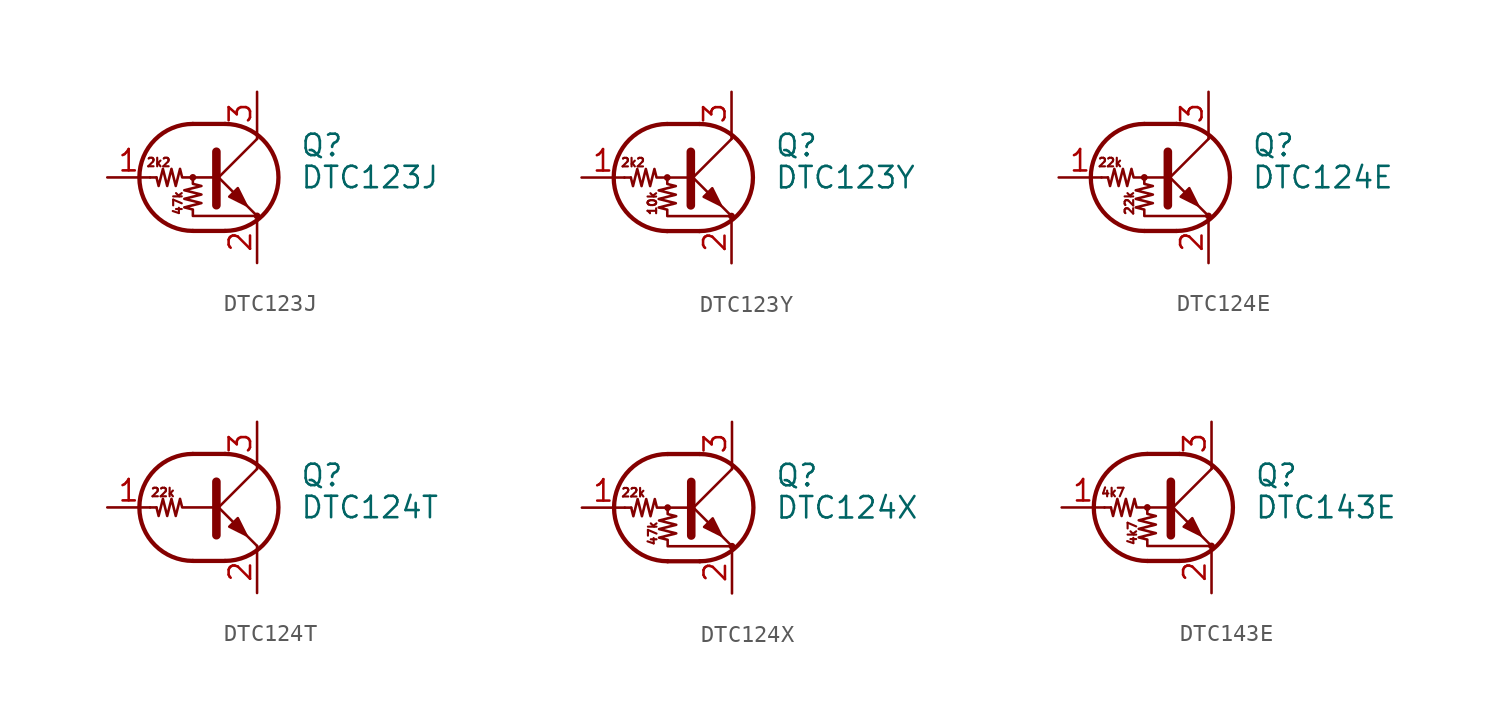
<source format=kicad_sym>
(kicad_symbol_lib
  (version 20201005)
  (generator kicad_symbol_editor)
  (symbol "DTC123J"
    (pin_names
      (offset 0) hide)
    (property "Reference" "Q"
      (at 5.08 1.905 0)
      (effects (font (size 1.27 1.27)) (justify left)))
    (property "Value" "DTC123J"
      (at 5.08 0 0)
      (effects (font (size 1.27 1.27)) (justify left)))
    (symbol "DTC123J_0_0"
      (text "2k2" (at -3.302 0.889 0) (effects (font (size 0.508 0.508))))
      (text "47k" (at -2.159 -1.524 900) (effects (font (size 0.508 0.508)))))
    (symbol "DTC123J_0_1"
      (arc (start -1.27 3.175) (end -1.27 -3.175) (radius (at -1.27 0) (length 3.175) (angles 90.1 -90.1)) (stroke (width 0.254)) (fill (type none)))
      (arc (start 0.635 -3.175) (end 0.635 3.175) (radius (at 0.635 0) (length 3.175) (angles -89.9 89.9)) (stroke (width 0.254)) (fill (type none)))
      (circle (center -1.27 0) (radius 0.127) (stroke (width 0)) (fill (type none)))
      (circle (center 2.54 -2.286) (radius 0.127) (stroke (width 0)) (fill (type none)))
      (polyline (pts (xy -3.429 0) (xy -3.81 0)) (stroke (width 0)) (fill (type none)))
      (polyline (pts (xy -1.27 -3.175) (xy 0.635 -3.175)) (stroke (width 0.254)) (fill (type none)))
      (polyline (pts (xy -1.27 3.175) (xy 0.635 3.175)) (stroke (width 0.254)) (fill (type none)))
      (polyline (pts (xy 0 -0.254) (xy 2.54 2.286)) (stroke (width 0)) (fill (type none)))
      (polyline (pts (xy 0.127 1.524) (xy 0.127 -1.651)) (stroke (width 0.508)) (fill (type outline)))
      (polyline (pts (xy 2.54 2.286) (xy 2.54 2.54)) (stroke (width 0)) (fill (type none)))
      (polyline (pts (xy 2.54 -2.286) (xy 0 0.254) (xy 0 0.254)) (stroke (width 0)) (fill (type none)))
      (polyline (pts (xy 0.889 -1.143) (xy 1.397 -0.635) (xy 1.905 -1.651) (xy 0.889 -1.143)) (stroke (width 0)) (fill (type outline)))
      (polyline (pts (xy 0 0) (xy -1.905 0) (xy -2.032 0.508) (xy -2.286 -0.508) (xy -2.54 0.508) (xy -2.794 -0.508) (xy -3.048 0.508) (xy -3.302 -0.508) (xy -3.429 0)) (stroke (width 0)) (fill (type none)))
      (polyline (pts (xy -1.27 0) (xy -1.27 -0.381) (xy -0.762 -0.508) (xy -1.778 -0.762) (xy -0.762 -1.016) (xy -1.778 -1.27) (xy -0.762 -1.524) (xy -1.778 -1.778) (xy -1.27 -1.905) (xy -1.27 -2.286) (xy 2.54 -2.286)) (stroke (width 0)) (fill (type none))))
    (symbol "DTC123J_1_1"
      (pin input line (at -6.35 0 0) (length 2.54) (name "B" (effects (font (size 1.27 1.27)))) (number "1" (effects (font (size 1.27 1.27)))))
      (pin passive line (at 2.54 -5.08 90) (length 2.54) (name "E" (effects (font (size 1.27 1.27)))) (number "2" (effects (font (size 1.27 1.27)))))
      (pin passive line (at 2.54 5.08 270) (length 2.54) (name "C" (effects (font (size 1.27 1.27)))) (number "3" (effects (font (size 1.27 1.27)))))))
  (symbol "DTC123Y"
    (pin_names
      (offset 0) hide)
    (property "Reference" "Q"
      (at 5.08 1.905 0)
      (effects (font (size 1.27 1.27)) (justify left)))
    (property "Value" "DTC123Y"
      (at 5.08 0 0)
      (effects (font (size 1.27 1.27)) (justify left)))
    (symbol "DTC123Y_0_0"
      (text "10k" (at -2.159 -1.524 900) (effects (font (size 0.508 0.508))))
      (text "2k2" (at -3.302 0.889 0) (effects (font (size 0.508 0.508)))))
    (symbol "DTC123Y_0_1"
      (arc (start -1.27 3.175) (end -1.27 -3.175) (radius (at -1.27 0) (length 3.175) (angles 90.1 -90.1)) (stroke (width 0.254)) (fill (type none)))
      (arc (start 0.635 -3.175) (end 0.635 3.175) (radius (at 0.635 0) (length 3.175) (angles -89.9 89.9)) (stroke (width 0.254)) (fill (type none)))
      (circle (center -1.27 0) (radius 0.127) (stroke (width 0)) (fill (type none)))
      (circle (center 2.54 -2.286) (radius 0.127) (stroke (width 0)) (fill (type none)))
      (polyline (pts (xy -3.429 0) (xy -3.81 0)) (stroke (width 0)) (fill (type none)))
      (polyline (pts (xy -1.27 -3.175) (xy 0.635 -3.175)) (stroke (width 0.254)) (fill (type none)))
      (polyline (pts (xy -1.27 3.175) (xy 0.635 3.175)) (stroke (width 0.254)) (fill (type none)))
      (polyline (pts (xy 0 -0.254) (xy 2.54 2.286)) (stroke (width 0)) (fill (type none)))
      (polyline (pts (xy 0.127 1.524) (xy 0.127 -1.651)) (stroke (width 0.508)) (fill (type outline)))
      (polyline (pts (xy 2.54 2.286) (xy 2.54 2.54)) (stroke (width 0)) (fill (type none)))
      (polyline (pts (xy 2.54 -2.286) (xy 0 0.254) (xy 0 0.254)) (stroke (width 0)) (fill (type none)))
      (polyline (pts (xy 0.889 -1.143) (xy 1.397 -0.635) (xy 1.905 -1.651) (xy 0.889 -1.143)) (stroke (width 0)) (fill (type outline)))
      (polyline (pts (xy 0 0) (xy -1.905 0) (xy -2.032 0.508) (xy -2.286 -0.508) (xy -2.54 0.508) (xy -2.794 -0.508) (xy -3.048 0.508) (xy -3.302 -0.508) (xy -3.429 0)) (stroke (width 0)) (fill (type none)))
      (polyline (pts (xy -1.27 0) (xy -1.27 -0.381) (xy -0.762 -0.508) (xy -1.778 -0.762) (xy -0.762 -1.016) (xy -1.778 -1.27) (xy -0.762 -1.524) (xy -1.778 -1.778) (xy -1.27 -1.905) (xy -1.27 -2.286) (xy 2.54 -2.286)) (stroke (width 0)) (fill (type none))))
    (symbol "DTC123Y_1_1"
      (pin input line (at -6.35 0 0) (length 2.54) (name "B" (effects (font (size 1.27 1.27)))) (number "1" (effects (font (size 1.27 1.27)))))
      (pin passive line (at 2.54 -5.08 90) (length 2.54) (name "E" (effects (font (size 1.27 1.27)))) (number "2" (effects (font (size 1.27 1.27)))))
      (pin passive line (at 2.54 5.08 270) (length 2.54) (name "C" (effects (font (size 1.27 1.27)))) (number "3" (effects (font (size 1.27 1.27)))))))
  (symbol "DTC124E"
    (pin_names
      (offset 0) hide)
    (property "Reference" "Q"
      (at 5.08 1.905 0)
      (effects (font (size 1.27 1.27)) (justify left)))
    (property "Value" "DTC124E"
      (at 5.08 0 0)
      (effects (font (size 1.27 1.27)) (justify left)))
    (symbol "DTC124E_0_0"
      (text "22k" (at -3.302 0.889 0) (effects (font (size 0.508 0.508))))
      (text "22k" (at -2.159 -1.524 900) (effects (font (size 0.508 0.508)))))
    (symbol "DTC124E_0_1"
      (arc (start -1.27 3.175) (end -1.27 -3.175) (radius (at -1.27 0) (length 3.175) (angles 90.1 -90.1)) (stroke (width 0.254)) (fill (type none)))
      (arc (start 0.635 -3.175) (end 0.635 3.175) (radius (at 0.635 0) (length 3.175) (angles -89.9 89.9)) (stroke (width 0.254)) (fill (type none)))
      (circle (center -1.27 0) (radius 0.127) (stroke (width 0)) (fill (type none)))
      (circle (center 2.54 -2.286) (radius 0.127) (stroke (width 0)) (fill (type none)))
      (polyline (pts (xy -3.429 0) (xy -3.81 0)) (stroke (width 0)) (fill (type none)))
      (polyline (pts (xy -1.27 -3.175) (xy 0.635 -3.175)) (stroke (width 0.254)) (fill (type none)))
      (polyline (pts (xy -1.27 3.175) (xy 0.635 3.175)) (stroke (width 0.254)) (fill (type none)))
      (polyline (pts (xy 0 -0.254) (xy 2.54 2.286)) (stroke (width 0)) (fill (type none)))
      (polyline (pts (xy 0.127 1.524) (xy 0.127 -1.651)) (stroke (width 0.508)) (fill (type outline)))
      (polyline (pts (xy 2.54 2.286) (xy 2.54 2.54)) (stroke (width 0)) (fill (type none)))
      (polyline (pts (xy 2.54 -2.286) (xy 0 0.254) (xy 0 0.254)) (stroke (width 0)) (fill (type none)))
      (polyline (pts (xy 0.889 -1.143) (xy 1.397 -0.635) (xy 1.905 -1.651) (xy 0.889 -1.143)) (stroke (width 0)) (fill (type outline)))
      (polyline (pts (xy 0 0) (xy -1.905 0) (xy -2.032 0.508) (xy -2.286 -0.508) (xy -2.54 0.508) (xy -2.794 -0.508) (xy -3.048 0.508) (xy -3.302 -0.508) (xy -3.429 0)) (stroke (width 0)) (fill (type none)))
      (polyline (pts (xy -1.27 0) (xy -1.27 -0.381) (xy -0.762 -0.508) (xy -1.778 -0.762) (xy -0.762 -1.016) (xy -1.778 -1.27) (xy -0.762 -1.524) (xy -1.778 -1.778) (xy -1.27 -1.905) (xy -1.27 -2.286) (xy 2.54 -2.286)) (stroke (width 0)) (fill (type none))))
    (symbol "DTC124E_1_1"
      (pin input line (at -6.35 0 0) (length 2.54) (name "B" (effects (font (size 1.27 1.27)))) (number "1" (effects (font (size 1.27 1.27)))))
      (pin passive line (at 2.54 -5.08 90) (length 2.54) (name "E" (effects (font (size 1.27 1.27)))) (number "2" (effects (font (size 1.27 1.27)))))
      (pin passive line (at 2.54 5.08 270) (length 2.54) (name "C" (effects (font (size 1.27 1.27)))) (number "3" (effects (font (size 1.27 1.27)))))))
  (symbol "DTC124T"
    (pin_names
      (offset 0) hide)
    (property "Reference" "Q"
      (at 5.08 1.905 0)
      (effects (font (size 1.27 1.27)) (justify left)))
    (property "Value" "DTC124T"
      (at 5.08 0 0)
      (effects (font (size 1.27 1.27)) (justify left)))
    (symbol "DTC124T_0_0"
      (text "22k" (at -3.048 0.889 0) (effects (font (size 0.508 0.508))))
      (polyline (pts (xy 2.54 -2.286) (xy 2.54 -2.54)) (stroke (width 0)) (fill (type none))))
    (symbol "DTC124T_0_1"
      (arc (start -1.27 3.175) (end -1.27 -3.175) (radius (at -1.27 0) (length 3.175) (angles 90.1 -90.1)) (stroke (width 0.254)) (fill (type none)))
      (arc (start 0.635 -3.175) (end 0.635 3.175) (radius (at 0.635 0) (length 3.175) (angles -89.9 89.9)) (stroke (width 0.254)) (fill (type none)))
      (polyline (pts (xy -3.429 0) (xy -3.81 0)) (stroke (width 0)) (fill (type none)))
      (polyline (pts (xy -1.27 -3.175) (xy 0.635 -3.175)) (stroke (width 0.254)) (fill (type none)))
      (polyline (pts (xy -1.27 3.175) (xy 0.635 3.175)) (stroke (width 0.254)) (fill (type none)))
      (polyline (pts (xy 0 -0.254) (xy 2.54 2.286)) (stroke (width 0)) (fill (type none)))
      (polyline (pts (xy 0.127 1.524) (xy 0.127 -1.651)) (stroke (width 0.508)) (fill (type outline)))
      (polyline (pts (xy 2.54 2.286) (xy 2.54 2.54)) (stroke (width 0)) (fill (type none)))
      (polyline (pts (xy 2.54 -2.286) (xy 0 0.254) (xy 0 0.254)) (stroke (width 0)) (fill (type none)))
      (polyline (pts (xy 0.889 -1.143) (xy 1.397 -0.635) (xy 1.905 -1.651) (xy 0.889 -1.143)) (stroke (width 0)) (fill (type outline)))
      (polyline (pts (xy 0 0) (xy -1.905 0) (xy -2.032 0.508) (xy -2.286 -0.508) (xy -2.54 0.508) (xy -2.794 -0.508) (xy -3.048 0.508) (xy -3.302 -0.508) (xy -3.429 0)) (stroke (width 0)) (fill (type none))))
    (symbol "DTC124T_1_1"
      (pin input line (at -6.35 0 0) (length 2.54) (name "B" (effects (font (size 1.27 1.27)))) (number "1" (effects (font (size 1.27 1.27)))))
      (pin passive line (at 2.54 -5.08 90) (length 2.54) (name "E" (effects (font (size 1.27 1.27)))) (number "2" (effects (font (size 1.27 1.27)))))
      (pin passive line (at 2.54 5.08 270) (length 2.54) (name "C" (effects (font (size 1.27 1.27)))) (number "3" (effects (font (size 1.27 1.27)))))))
  (symbol "DTC124X"
    (pin_names
      (offset 0) hide)
    (property "Reference" "Q"
      (at 5.08 1.905 0)
      (effects (font (size 1.27 1.27)) (justify left)))
    (property "Value" "DTC124X"
      (at 5.08 0 0)
      (effects (font (size 1.27 1.27)) (justify left)))
    (symbol "DTC124X_0_0"
      (text "22k" (at -3.302 0.889 0) (effects (font (size 0.508 0.508))))
      (text "47k" (at -2.159 -1.524 900) (effects (font (size 0.508 0.508)))))
    (symbol "DTC124X_0_1"
      (arc (start -1.27 3.175) (end -1.27 -3.175) (radius (at -1.27 0) (length 3.175) (angles 90.1 -90.1)) (stroke (width 0.254)) (fill (type none)))
      (arc (start 0.635 -3.175) (end 0.635 3.175) (radius (at 0.635 0) (length 3.175) (angles -89.9 89.9)) (stroke (width 0.254)) (fill (type none)))
      (circle (center -1.27 0) (radius 0.127) (stroke (width 0)) (fill (type none)))
      (circle (center 2.54 -2.286) (radius 0.127) (stroke (width 0)) (fill (type none)))
      (polyline (pts (xy -3.429 0) (xy -3.81 0)) (stroke (width 0)) (fill (type none)))
      (polyline (pts (xy -1.27 -3.175) (xy 0.635 -3.175)) (stroke (width 0.254)) (fill (type none)))
      (polyline (pts (xy -1.27 3.175) (xy 0.635 3.175)) (stroke (width 0.254)) (fill (type none)))
      (polyline (pts (xy 0 -0.254) (xy 2.54 2.286)) (stroke (width 0)) (fill (type none)))
      (polyline (pts (xy 0.127 1.524) (xy 0.127 -1.651)) (stroke (width 0.508)) (fill (type outline)))
      (polyline (pts (xy 2.54 2.286) (xy 2.54 2.54)) (stroke (width 0)) (fill (type none)))
      (polyline (pts (xy 2.54 -2.286) (xy 0 0.254) (xy 0 0.254)) (stroke (width 0)) (fill (type none)))
      (polyline (pts (xy 0.889 -1.143) (xy 1.397 -0.635) (xy 1.905 -1.651) (xy 0.889 -1.143)) (stroke (width 0)) (fill (type outline)))
      (polyline (pts (xy 0 0) (xy -1.905 0) (xy -2.032 0.508) (xy -2.286 -0.508) (xy -2.54 0.508) (xy -2.794 -0.508) (xy -3.048 0.508) (xy -3.302 -0.508) (xy -3.429 0)) (stroke (width 0)) (fill (type none)))
      (polyline (pts (xy -1.27 0) (xy -1.27 -0.381) (xy -0.762 -0.508) (xy -1.778 -0.762) (xy -0.762 -1.016) (xy -1.778 -1.27) (xy -0.762 -1.524) (xy -1.778 -1.778) (xy -1.27 -1.905) (xy -1.27 -2.286) (xy 2.54 -2.286)) (stroke (width 0)) (fill (type none))))
    (symbol "DTC124X_1_1"
      (pin input line (at -6.35 0 0) (length 2.54) (name "B" (effects (font (size 1.27 1.27)))) (number "1" (effects (font (size 1.27 1.27)))))
      (pin passive line (at 2.54 -5.08 90) (length 2.54) (name "E" (effects (font (size 1.27 1.27)))) (number "2" (effects (font (size 1.27 1.27)))))
      (pin passive line (at 2.54 5.08 270) (length 2.54) (name "C" (effects (font (size 1.27 1.27)))) (number "3" (effects (font (size 1.27 1.27)))))))
  (symbol "DTC143E"
    (pin_names
      (offset 0) hide)
    (property "Reference" "Q"
      (at 5.08 1.905 0)
      (effects (font (size 1.27 1.27)) (justify left)))
    (property "Value" "DTC143E"
      (at 5.08 0 0)
      (effects (font (size 1.27 1.27)) (justify left)))
    (symbol "DTC143E_0_0"
      (text "4k7" (at -3.302 0.889 0) (effects (font (size 0.508 0.508))))
      (text "4k7" (at -2.159 -1.524 900) (effects (font (size 0.508 0.508)))))
    (symbol "DTC143E_0_1"
      (arc (start -1.27 3.175) (end -1.27 -3.175) (radius (at -1.27 0) (length 3.175) (angles 90.1 -90.1)) (stroke (width 0.254)) (fill (type none)))
      (arc (start 0.635 -3.175) (end 0.635 3.175) (radius (at 0.635 0) (length 3.175) (angles -89.9 89.9)) (stroke (width 0.254)) (fill (type none)))
      (circle (center -1.27 0) (radius 0.127) (stroke (width 0)) (fill (type none)))
      (circle (center 2.54 -2.286) (radius 0.127) (stroke (width 0)) (fill (type none)))
      (polyline (pts (xy -3.429 0) (xy -3.81 0)) (stroke (width 0)) (fill (type none)))
      (polyline (pts (xy -1.27 -3.175) (xy 0.635 -3.175)) (stroke (width 0.254)) (fill (type none)))
      (polyline (pts (xy -1.27 3.175) (xy 0.635 3.175)) (stroke (width 0.254)) (fill (type none)))
      (polyline (pts (xy 0 -0.254) (xy 2.54 2.286)) (stroke (width 0)) (fill (type none)))
      (polyline (pts (xy 0.127 1.524) (xy 0.127 -1.651)) (stroke (width 0.508)) (fill (type outline)))
      (polyline (pts (xy 2.54 2.286) (xy 2.54 2.54)) (stroke (width 0)) (fill (type none)))
      (polyline (pts (xy 2.54 -2.286) (xy 0 0.254) (xy 0 0.254)) (stroke (width 0)) (fill (type none)))
      (polyline (pts (xy 0.889 -1.143) (xy 1.397 -0.635) (xy 1.905 -1.651) (xy 0.889 -1.143)) (stroke (width 0)) (fill (type outline)))
      (polyline (pts (xy 0 0) (xy -1.905 0) (xy -2.032 0.508) (xy -2.286 -0.508) (xy -2.54 0.508) (xy -2.794 -0.508) (xy -3.048 0.508) (xy -3.302 -0.508) (xy -3.429 0)) (stroke (width 0)) (fill (type none)))
      (polyline (pts (xy -1.27 0) (xy -1.27 -0.381) (xy -0.762 -0.508) (xy -1.778 -0.762) (xy -0.762 -1.016) (xy -1.778 -1.27) (xy -0.762 -1.524) (xy -1.778 -1.778) (xy -1.27 -1.905) (xy -1.27 -2.286) (xy 2.54 -2.286)) (stroke (width 0)) (fill (type none))))
    (symbol "DTC143E_1_1"
      (pin input line (at -6.35 0 0) (length 2.54) (name "B" (effects (font (size 1.27 1.27)))) (number "1" (effects (font (size 1.27 1.27)))))
      (pin passive line (at 2.54 -5.08 90) (length 2.54) (name "E" (effects (font (size 1.27 1.27)))) (number "2" (effects (font (size 1.27 1.27)))))
      (pin passive line (at 2.54 5.08 270) (length 2.54) (name "C" (effects (font (size 1.27 1.27)))) (number "3" (effects (font (size 1.27 1.27))))))))
</source>
